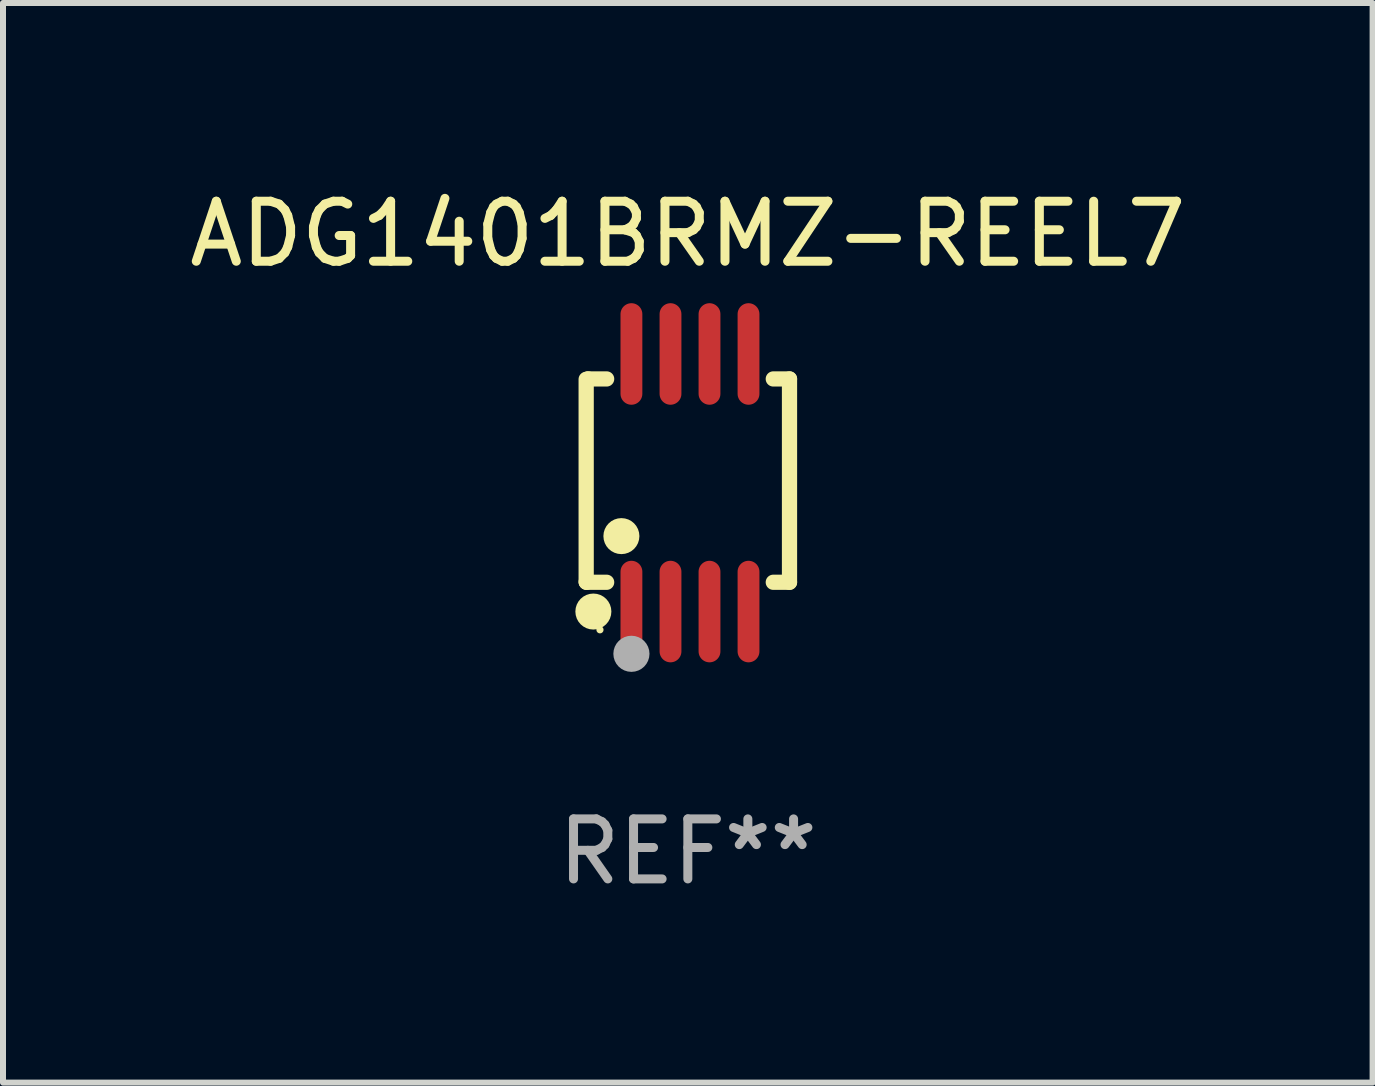
<source format=kicad_pcb>
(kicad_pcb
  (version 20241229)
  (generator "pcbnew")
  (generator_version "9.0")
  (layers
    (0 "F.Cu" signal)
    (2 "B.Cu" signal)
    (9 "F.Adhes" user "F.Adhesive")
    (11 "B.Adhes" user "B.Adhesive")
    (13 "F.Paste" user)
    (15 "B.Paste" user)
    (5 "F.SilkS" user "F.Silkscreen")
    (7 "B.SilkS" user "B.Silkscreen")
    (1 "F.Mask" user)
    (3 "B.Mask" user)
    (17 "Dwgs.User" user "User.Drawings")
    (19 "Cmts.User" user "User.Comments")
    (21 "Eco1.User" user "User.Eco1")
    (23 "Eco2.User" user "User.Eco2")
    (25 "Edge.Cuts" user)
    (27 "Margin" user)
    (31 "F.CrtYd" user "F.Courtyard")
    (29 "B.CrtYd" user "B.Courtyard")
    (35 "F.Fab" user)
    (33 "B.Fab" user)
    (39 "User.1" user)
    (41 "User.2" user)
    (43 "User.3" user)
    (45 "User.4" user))
  (footprint "ADG1401BRMZ-REEL7"
    (layer "F.Cu")
    (at 8.411 4.994)
    (property "Reference" "ADG1401BRMZ-REEL7" (at 0 -4.146 0) (layer "F.SilkS") (effects (font (size 1 1) (thickness 0.15))))
    (attr through_hole)
    (fp_line (start -1.694 -1.724) (end -1.694 1.652) (stroke (width 0.254) (type solid)) (layer "F.SilkS"))
    (fp_line (start -1.694 1.652) (end -1.688 1.658) (stroke (width 0.254) (type solid)) (layer "F.SilkS"))
    (fp_line (start -1.688 1.658) (end -1.353 1.658) (stroke (width 0.254) (type solid)) (layer "F.SilkS"))
    (fp_line (start -1.661 -1.73) (end -1.681 -1.71) (stroke (width 0.254) (type solid)) (layer "F.SilkS"))
    (fp_line (start -1.353 -1.73) (end -1.661 -1.73) (stroke (width 0.254) (type solid)) (layer "F.SilkS"))
    (fp_line (start 1.424 1.658) (end 1.694 1.658) (stroke (width 0.254) (type solid)) (layer "F.SilkS"))
    (fp_line (start 1.694 -1.73) (end 1.424 -1.73) (stroke (width 0.254) (type solid)) (layer "F.SilkS"))
    (fp_line (start 1.694 1.658) (end 1.694 -1.73) (stroke (width 0.254) (type solid)) (layer "F.SilkS"))
    (fp_circle (center -1.574 2.146) (end -1.424 2.146) (stroke (width 0.3) (type solid)) (fill no) (layer "F.SilkS"))
    (fp_circle (center -1.464 2.45) (end -1.434 2.45) (stroke (width 0.06) (type solid)) (fill no) (layer "F.SilkS"))
    (fp_circle (center -1.107 0.889) (end -0.957 0.889) (stroke (width 0.3) (type solid)) (fill no) (layer "F.SilkS"))
    (fp_circle (center -0.94 2.85) (end -0.789 2.85) (stroke (width 0.3) (type solid)) (fill no) (layer "F.Fab"))
    (fp_text user "REF**" (at 0 6.146 0) (layer "F.Fab") (effects (font (size 1 1) (thickness 0.15))))
    (pad "1" smd oval (at -0.94 2.146) (size 0.364 1.692) (layers "F.Cu" "F.Mask" "F.Paste"))
    (pad "2" smd oval (at -0.289 2.146) (size 0.364 1.692) (layers "F.Cu" "F.Mask" "F.Paste"))
    (pad "3" smd oval (at 0.361 2.146) (size 0.364 1.692) (layers "F.Cu" "F.Mask" "F.Paste"))
    (pad "4" smd oval (at 1.011 2.146) (size 0.364 1.692) (layers "F.Cu" "F.Mask" "F.Paste"))
    (pad "5" smd oval (at 1.011 -2.146) (size 0.364 1.692) (layers "F.Cu" "F.Mask" "F.Paste"))
    (pad "6" smd oval (at 0.361 -2.146) (size 0.364 1.692) (layers "F.Cu" "F.Mask" "F.Paste"))
    (pad "7" smd oval (at -0.289 -2.146) (size 0.364 1.692) (layers "F.Cu" "F.Mask" "F.Paste"))
    (pad "8" smd oval (at -0.94 -2.146) (size 0.364 1.692) (layers "F.Cu" "F.Mask" "F.Paste")))
  (gr_rect
    (start -3 -3)
    (end 19.821 14.989)
    (stroke (width 0.1) (type default))
    (fill no)
    (layer "Edge.Cuts")))
</source>
